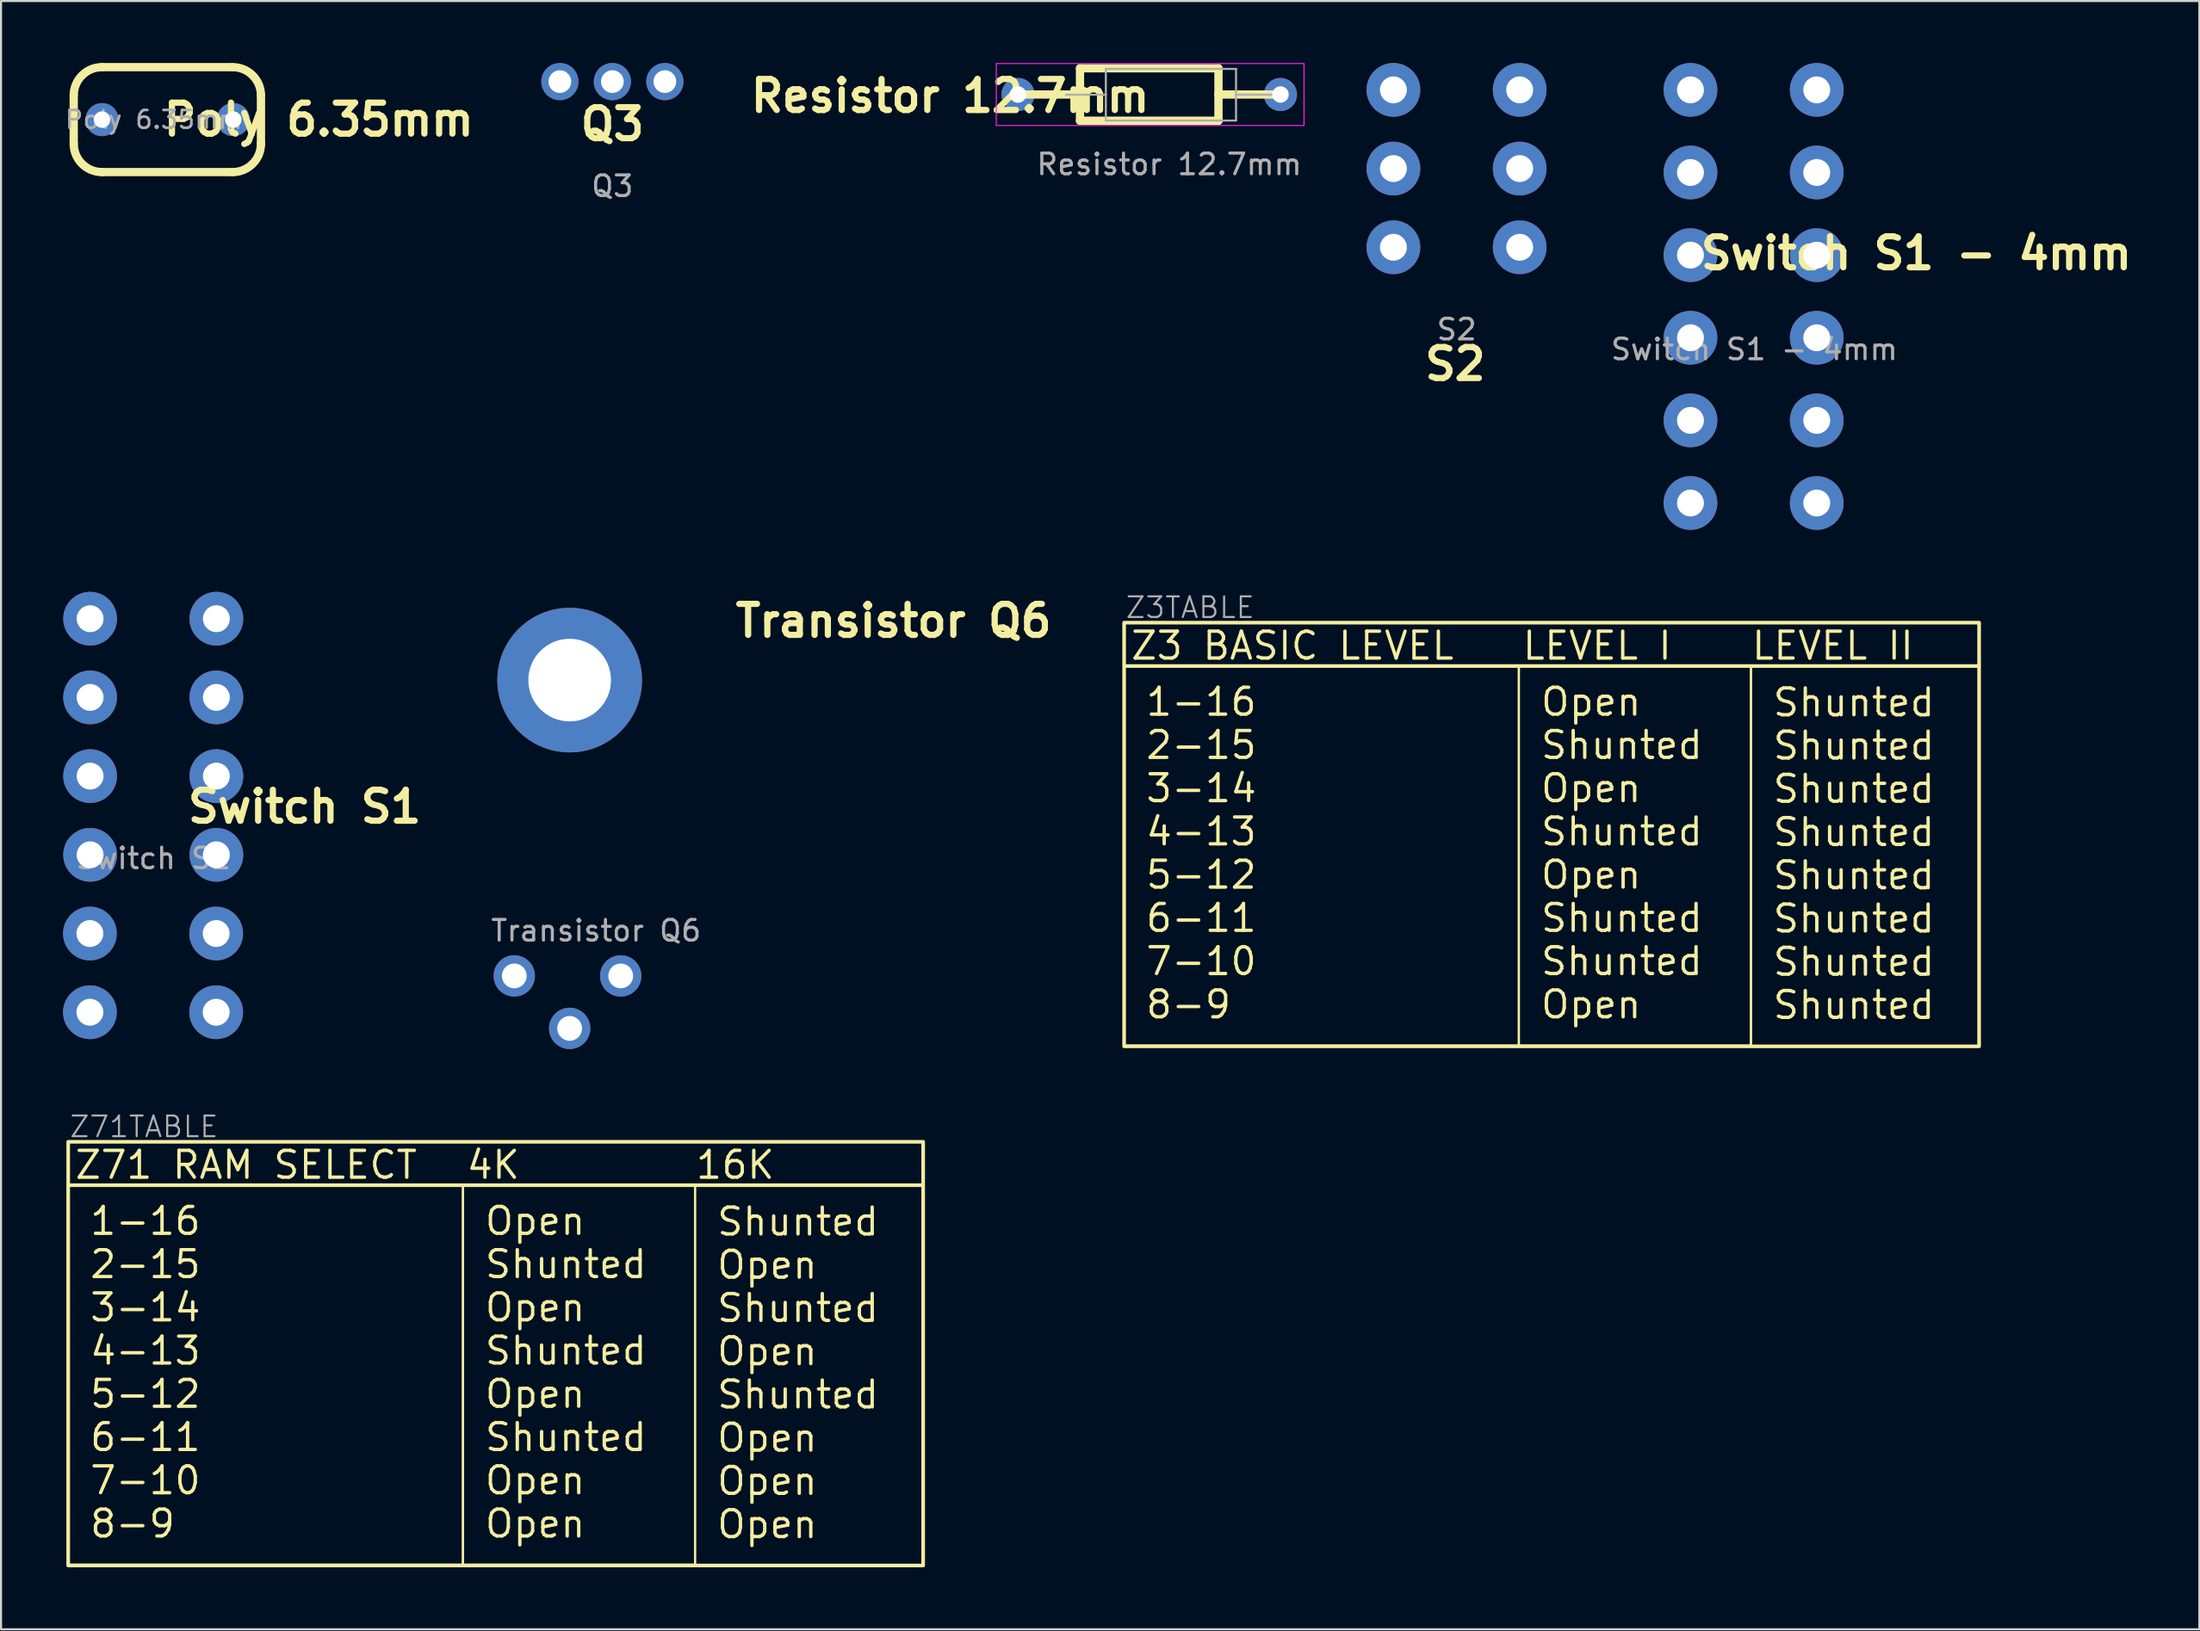
<source format=kicad_pcb>
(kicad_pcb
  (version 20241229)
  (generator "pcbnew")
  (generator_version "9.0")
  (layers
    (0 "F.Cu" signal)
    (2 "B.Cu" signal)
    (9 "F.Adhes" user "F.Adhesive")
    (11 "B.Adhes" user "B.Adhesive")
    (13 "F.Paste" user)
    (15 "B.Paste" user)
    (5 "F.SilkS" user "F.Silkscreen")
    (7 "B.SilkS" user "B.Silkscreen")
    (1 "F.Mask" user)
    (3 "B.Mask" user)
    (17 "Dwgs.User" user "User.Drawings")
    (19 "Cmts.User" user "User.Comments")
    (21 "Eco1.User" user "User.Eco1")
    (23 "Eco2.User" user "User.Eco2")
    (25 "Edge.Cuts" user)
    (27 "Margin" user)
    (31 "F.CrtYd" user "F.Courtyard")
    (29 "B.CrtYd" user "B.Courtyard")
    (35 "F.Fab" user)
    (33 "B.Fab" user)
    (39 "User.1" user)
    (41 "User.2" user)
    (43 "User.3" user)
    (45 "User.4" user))
  (footprint "Z3TABLE"
    (layer "F.Cu")
    (at 51.343 27.09)
    (property "Reference" "Z3TABLE" (at 0.01 -0.73 0) (unlocked yes) (layer "F.Fab") (effects (font (size 1 1) (thickness 0.1)) (justify left)))
    (attr smd)
    (fp_line (start 0.02 2.1) (end 41.35 2.1) (stroke (width 0.175) (type default)) (layer "F.SilkS"))
    (fp_rect (start 0 0) (end 41.37 20.51) (stroke (width 0.175) (type default)) (fill no) (layer "F.SilkS"))
    (fp_text user "Z3 BASIC LEVEL" (at 0.24 1.88 0) (unlocked yes) (layer "F.SilkS") (effects (font (size 1.3 1.3) (thickness 0.163)) (justify left bottom)))
    (fp_text user "LEVEL II" (at 30.28 1.88 0) (unlocked yes) (layer "F.SilkS") (effects (font (size 1.3 1.3) (thickness 0.163)) (justify left bottom)))
    (fp_text user "LEVEL I" (at 19.19 1.88 0) (unlocked yes) (layer "F.SilkS") (effects (font (size 1.3 1.3) (thickness 0.163)) (justify left bottom)))
    (fp_text_box "1-16\n2-15\n3-14\n4-13\n5-12\n6-11\n7-10\n8-9\n" (start -0.01 2.1) (end 19.1 20.47) (margins 1.025 1.025 1.025 1.025) (layer "F.SilkS") (effects (font (size 1.3 1.3) (thickness 0.163)) (justify left top)) (border yes) (stroke (width 0.1) (type solid)))
    (fp_text_box "Shunted\nShunted\nShunted\nShunted\nShunted\nShunted\nShunted\nShunted\n" (start 30.33 2.13) (end 41.38 20.5) (margins 1.025 1.025 1.025 1.025) (layer "F.SilkS") (effects (font (size 1.3 1.3) (thickness 0.163)) (justify left top)) (border yes) (stroke (width 0.1) (type solid)))
    (fp_text_box "Open\nShunted\nOpen\nShunted\nOpen\nShunted\nShunted\nOpen\n" (start 19.1 2.1) (end 30.33 20.47) (margins 1.025 1.025 1.025 1.025) (layer "F.SilkS") (effects (font (size 1.3 1.3) (thickness 0.163)) (justify left top)) (border yes) (stroke (width 0.1) (type solid))))
  (footprint "Switch S1 - 4mm"
    (layer "F.Cu")
    (at 81.837 11.36)
    (property "Reference" "Switch S1 - 4mm" (at 7.84 -2.15 0) (unlocked yes) (layer "F.SilkS") (effects (font (size 1.5 1.5) (thickness 0.3) (bold yes))))
    (attr through_hole)
    (fp_text user "${REFERENCE}" (at 0 2.5 0) (unlocked yes) (layer "F.Fab") (effects (font (size 1 1) (thickness 0.15))))
    (pad "1" thru_hole circle (at -3.09 -10.06) (size 2.6 2.6) (drill 1.3) (layers "*.Cu" "*.Mask"))
    (pad "1" thru_hole circle (at -3.09 -6.06) (size 2.6 2.6) (drill 1.3) (layers "*.Cu" "*.Mask"))
    (pad "2" thru_hole circle (at -3.09 1.94) (size 2.6 2.6) (drill 1.3) (layers "*.Cu" "*.Mask"))
    (pad "2" thru_hole circle (at -3.09 5.94) (size 2.6 2.6) (drill 1.3) (layers "*.Cu" "*.Mask"))
    (pad "2" thru_hole circle (at 3.02 1.94) (size 2.6 2.6) (drill 1.3) (layers "*.Cu" "*.Mask"))
    (pad "2" thru_hole circle (at 3.02 5.94) (size 2.6 2.6) (drill 1.3) (layers "*.Cu" "*.Mask"))
    (pad "4" thru_hole circle (at 3.02 -10.06) (size 2.6 2.6) (drill 1.3) (layers "*.Cu" "*.Mask"))
    (pad "4" thru_hole circle (at 3.02 -6.06) (size 2.6 2.6) (drill 1.3) (layers "*.Cu" "*.Mask"))
    (pad "5" thru_hole circle (at 3.02 -2.06) (size 2.6 2.6) (drill 1.3) (layers "*.Cu" "*.Mask"))
    (pad "6" thru_hole circle (at -3.09 9.94) (size 2.6 2.6) (drill 1.3) (layers "*.Cu" "*.Mask"))
    (pad "7" thru_hole circle (at 3.02 9.94) (size 2.6 2.6) (drill 1.3) (layers "*.Cu" "*.Mask"))
    (pad "8" thru_hole circle (at -3.09 -2.06) (size 2.6 2.6) (drill 1.3) (layers "*.Cu" "*.Mask")))
  (footprint "Z71TABLE"
    (layer "F.Cu")
    (at 0.25 52.222)
    (property "Reference" "Z71TABLE" (at 0.01 -0.73 0) (unlocked yes) (layer "F.Fab") (effects (font (size 1 1) (thickness 0.1)) (justify left)))
    (attr smd)
    (fp_line (start 0.02 2.1) (end 41.35 2.1) (stroke (width 0.175) (type default)) (layer "F.SilkS"))
    (fp_rect (start 0 0) (end 41.37 20.51) (stroke (width 0.175) (type default)) (fill no) (layer "F.SilkS"))
    (fp_text user "Z71 RAM SELECT" (at 0.24 1.88 0) (unlocked yes) (layer "F.SilkS") (effects (font (size 1.3 1.3) (thickness 0.163)) (justify left bottom)))
    (fp_text user "4K" (at 19.19 1.88 0) (unlocked yes) (layer "F.SilkS") (effects (font (size 1.3 1.3) (thickness 0.163)) (justify left bottom)))
    (fp_text user "16K" (at 30.28 1.88 0) (unlocked yes) (layer "F.SilkS") (effects (font (size 1.3 1.3) (thickness 0.163)) (justify left bottom)))
    (fp_text_box "Open\nShunted\nOpen\nShunted\nOpen\nShunted\nOpen\nOpen\n" (start 19.1 2.1) (end 30.33 20.47) (margins 1.025 1.025 1.025 1.025) (layer "F.SilkS") (effects (font (size 1.3 1.3) (thickness 0.163)) (justify left top)) (border yes) (stroke (width 0.1) (type solid)))
    (fp_text_box "1-16\n2-15\n3-14\n4-13\n5-12\n6-11\n7-10\n8-9\n" (start -0.01 2.1) (end 19.1 20.47) (margins 1.025 1.025 1.025 1.025) (layer "F.SilkS") (effects (font (size 1.3 1.3) (thickness 0.163)) (justify left top)) (border yes) (stroke (width 0.1) (type solid)))
    (fp_text_box "Shunted\nOpen\nShunted\nOpen\nShunted\nOpen\nOpen\nOpen\n" (start 30.33 2.13) (end 41.38 20.5) (margins 1.025 1.025 1.025 1.025) (layer "F.SilkS") (effects (font (size 1.3 1.3) (thickness 0.163)) (justify left top)) (border yes) (stroke (width 0.1) (type solid))))
  (footprint "Q3"
    (layer "F.Cu")
    (at 26.581 3.46)
    (property "Reference" "Q3" (at 0 -0.5 0) (unlocked yes) (layer "F.SilkS") (effects (font (size 1.5 1.5) (thickness 0.3) (bold yes))))
    (attr through_hole)
    (fp_text user "${REFERENCE}" (at 0 2.5 0) (unlocked yes) (layer "F.Fab") (effects (font (size 1 1) (thickness 0.15))))
    (pad "1" thru_hole circle (at 2.54 -2.56 180) (size 1.8 1.8) (drill 1.1) (layers "*.Cu" "*.Mask"))
    (pad "2" thru_hole circle (at 0 -2.56 180) (size 1.8 1.8) (drill 1.1) (layers "*.Cu" "*.Mask"))
    (pad "3" thru_hole circle (at -2.54 -2.56 180) (size 1.8 1.8) (drill 1.1) (layers "*.Cu" "*.Mask")))
  (footprint "S2"
    (layer "F.Cu")
    (at 67.433 10.4)
    (property "Reference" "S2" (at -0.07 4.17 0) (unlocked yes) (layer "F.SilkS") (effects (font (size 1.5 1.5) (thickness 0.3) (bold yes))))
    (attr through_hole)
    (fp_text user "${REFERENCE}" (at 0 2.5 0) (unlocked yes) (layer "F.Fab") (effects (font (size 1 1) (thickness 0.15))))
    (pad "1" thru_hole circle (at -3.06 -9.1) (size 2.6 2.6) (drill 1.3) (layers "*.Cu" "*.Mask"))
    (pad "1" thru_hole circle (at -3.06 -5.29) (size 2.6 2.6) (drill 1.3) (layers "*.Cu" "*.Mask"))
    (pad "2" thru_hole circle (at -3.06 -1.48) (size 2.6 2.6) (drill 1.3) (layers "*.Cu" "*.Mask"))
    (pad "3" thru_hole circle (at 3.05 -1.48) (size 2.6 2.6) (drill 1.3) (layers "*.Cu" "*.Mask"))
    (pad "4" thru_hole circle (at 3.05 -5.29) (size 2.6 2.6) (drill 1.3) (layers "*.Cu" "*.Mask"))
    (pad "5" thru_hole circle (at 3.05 -9.1) (size 2.6 2.6) (drill 1.3) (layers "*.Cu" "*.Mask")))
  (footprint "Poly 6.35mm"
    (layer "F.Cu")
    (at 1.887 2.74)
    (property "Reference" "Poly 6.35mm" (at 10.49 0 0) (layer "F.SilkS") (effects (font (size 1.5 1.5) (thickness 0.3) (bold yes))))
    (attr through_hole)
    (fp_line (start -1.37 1.17) (end -1.37 -1.17) (stroke (width 0.4) (type default)) (layer "F.SilkS"))
    (fp_line (start 0 -2.54) (end 6.28 -2.54) (stroke (width 0.4) (type default)) (layer "F.SilkS"))
    (fp_line (start 0 2.54) (end 6.3 2.54) (stroke (width 0.4) (type default)) (layer "F.SilkS"))
    (fp_line (start 7.69 -1.17) (end 7.69 1.17) (stroke (width 0.4) (type default)) (layer "F.SilkS"))
    (fp_arc (start -1.37 -1.17) (mid -0.968736 -2.138736) (end 0 -2.54) (stroke (width 0.4) (type default)) (layer "F.SilkS"))
    (fp_arc (start 0 2.54) (mid -0.968736 2.138736) (end -1.37 1.17) (stroke (width 0.4) (type default)) (layer "F.SilkS"))
    (fp_arc (start 6.32 -2.54) (mid 7.288736 -2.138736) (end 7.69 -1.17) (stroke (width 0.4) (type default)) (layer "F.SilkS"))
    (fp_arc (start 7.69 1.17) (mid 7.288736 2.138736) (end 6.32 2.54) (stroke (width 0.4) (type default)) (layer "F.SilkS"))
    (fp_text user "${REFERENCE}" (at 2.5 0 0) (layer "F.Fab") (effects (font (size 0.86 0.86) (thickness 0.129))))
    (pad "1" thru_hole circle (at 0 0) (size 1.6 1.6) (drill 0.8) (layers "*.Cu" "*.Mask"))
    (pad "2" thru_hole circle (at 6.35 0) (size 1.6 1.6) (drill 0.8) (layers "*.Cu" "*.Mask")))
  (footprint "Switch S1"
    (layer "F.Cu")
    (at 4.37 36)
    (property "Reference" "Switch S1" (at 7.32 0 0) (unlocked yes) (layer "F.SilkS") (effects (font (size 1.5 1.5) (thickness 0.3) (bold yes))))
    (attr through_hole)
    (fp_text user "${REFERENCE}" (at 0 2.5 0) (unlocked yes) (layer "F.Fab") (effects (font (size 1 1) (thickness 0.15))))
    (pad "1" thru_hole circle (at -3.06 -9.1) (size 2.6 2.6) (drill 1.3) (layers "*.Cu" "*.Mask"))
    (pad "1" thru_hole circle (at -3.06 -5.29) (size 2.6 2.6) (drill 1.3) (layers "*.Cu" "*.Mask"))
    (pad "2" thru_hole circle (at -3.07 6.14) (size 2.6 2.6) (drill 1.3) (layers "*.Cu" "*.Mask"))
    (pad "2" thru_hole circle (at -3.06 2.33) (size 2.6 2.6) (drill 1.3) (layers "*.Cu" "*.Mask"))
    (pad "2" thru_hole circle (at 3.04 6.14) (size 2.6 2.6) (drill 1.3) (layers "*.Cu" "*.Mask"))
    (pad "2" thru_hole circle (at 3.05 2.33) (size 2.6 2.6) (drill 1.3) (layers "*.Cu" "*.Mask"))
    (pad "4" thru_hole circle (at 3.05 -9.1) (size 2.6 2.6) (drill 1.3) (layers "*.Cu" "*.Mask"))
    (pad "4" thru_hole circle (at 3.05 -5.29) (size 2.6 2.6) (drill 1.3) (layers "*.Cu" "*.Mask"))
    (pad "5" thru_hole circle (at 3.05 -1.48) (size 2.6 2.6) (drill 1.3) (layers "*.Cu" "*.Mask"))
    (pad "6" thru_hole circle (at -3.07 9.95) (size 2.6 2.6) (drill 1.3) (layers "*.Cu" "*.Mask"))
    (pad "7" thru_hole circle (at 3.04 9.95) (size 2.6 2.6) (drill 1.3) (layers "*.Cu" "*.Mask"))
    (pad "8" thru_hole circle (at -3.06 -1.48) (size 2.6 2.6) (drill 1.3) (layers "*.Cu" "*.Mask")))
  (footprint "Transistor Q6"
    (layer "F.Cu")
    (at 24.574 37.702)
    (property "Reference" "Transistor Q6" (at 15.612 -10.698 180) (layer "F.SilkS") (effects (font (size 1.5 1.5) (thickness 0.3) (bold yes))))
    (attr through_hole)
    (fp_text user "${REFERENCE}" (at 1.22 4.3 180) (layer "F.Fab") (effects (font (size 1 1) (thickness 0.15))))
    (pad "1" thru_hole circle (at -2.74 6.49 180) (size 2 2) (drill 1.2) (layers "*.Cu" "*.Mask"))
    (pad "2" thru_hole circle (at 2.41 6.49 180) (size 2 2) (drill 1.2) (layers "*.Cu" "*.Mask"))
    (pad "3" thru_hole circle (at -0.06 9.03 180) (size 2 2) (drill 1.2) (layers "*.Cu" "*.Mask"))
    (pad "4" thru_hole circle (at -0.06 -7.83 180) (size 7 7) (drill 4) (layers "*.Cu" "*.Mask")))
  (footprint "Resistor 12.7mm"
    (layer "F.Cu")
    (at 53.548 1.505)
    (property "Reference" "Resistor 12.7mm" (at -10.62 0.09 0) (unlocked yes) (layer "F.SilkS") (effects (font (size 1.5 1.5) (thickness 0.3) (bold yes))))
    (attr through_hole)
    (fp_line (start -7.34 0.02) (end -4.34 0.02) (stroke (width 0.4) (type default)) (layer "F.SilkS"))
    (fp_line (start -4.34 -1.25) (end 2.36 -1.25) (stroke (width 0.4) (type default)) (layer "F.SilkS"))
    (fp_line (start -4.34 0.02) (end -4.34 -1.25) (stroke (width 0.4) (type default)) (layer "F.SilkS"))
    (fp_line (start -4.34 0.02) (end -4.34 1.29) (stroke (width 0.4) (type default)) (layer "F.SilkS"))
    (fp_line (start -4.34 1.29) (end 2.36 1.29) (stroke (width 0.4) (type default)) (layer "F.SilkS"))
    (fp_line (start 2.36 0.02) (end 2.36 -1.25) (stroke (width 0.4) (type default)) (layer "F.SilkS"))
    (fp_line (start 2.36 0.02) (end 2.36 1.29) (stroke (width 0.4) (type default)) (layer "F.SilkS"))
    (fp_line (start 5.36 0.02) (end 2.36 0.02) (stroke (width 0.4) (type default)) (layer "F.SilkS"))
    (fp_line (start -8.39 -1.48) (end -8.39 1.52) (stroke (width 0.05) (type solid)) (layer "F.CrtYd"))
    (fp_line (start -8.39 1.52) (end 6.5 1.52) (stroke (width 0.05) (type solid)) (layer "F.CrtYd"))
    (fp_line (start 6.5 -1.48) (end -8.39 -1.48) (stroke (width 0.05) (type solid)) (layer "F.CrtYd"))
    (fp_line (start 6.5 1.515) (end 6.5 -1.475) (stroke (width 0.05) (type solid)) (layer "F.CrtYd"))
    (fp_line (start -5.02 0.03) (end -3.09 0.03) (stroke (width 0.1) (type solid)) (layer "F.Fab"))
    (fp_line (start -3.09 -1.22) (end -3.09 1.28) (stroke (width 0.1) (type solid)) (layer "F.Fab"))
    (fp_line (start -3.09 1.28) (end 3.21 1.28) (stroke (width 0.1) (type solid)) (layer "F.Fab"))
    (fp_line (start 3.21 -1.22) (end -3.09 -1.22) (stroke (width 0.1) (type solid)) (layer "F.Fab"))
    (fp_line (start 3.21 1.28) (end 3.21 -1.22) (stroke (width 0.1) (type solid)) (layer "F.Fab"))
    (fp_line (start 5.14 0.03) (end 3.21 0.03) (stroke (width 0.1) (type solid)) (layer "F.Fab"))
    (fp_text user "${REFERENCE}" (at -0.02 3.4 0) (unlocked yes) (layer "F.Fab") (effects (font (size 1 1) (thickness 0.15))))
    (pad "1" thru_hole circle (at -7.34 0.02) (size 1.6 1.6) (drill 0.8) (layers "*.Cu" "*.Mask"))
    (pad "2" thru_hole oval (at 5.36 0.02) (size 1.6 1.6) (drill 0.8) (layers "*.Cu" "*.Mask")))
  (gr_rect
    (start -3 -3)
    (end 103.37 75.82)
    (stroke (width 0.1) (type default))
    (fill no)
    (layer "Edge.Cuts")))
</source>
